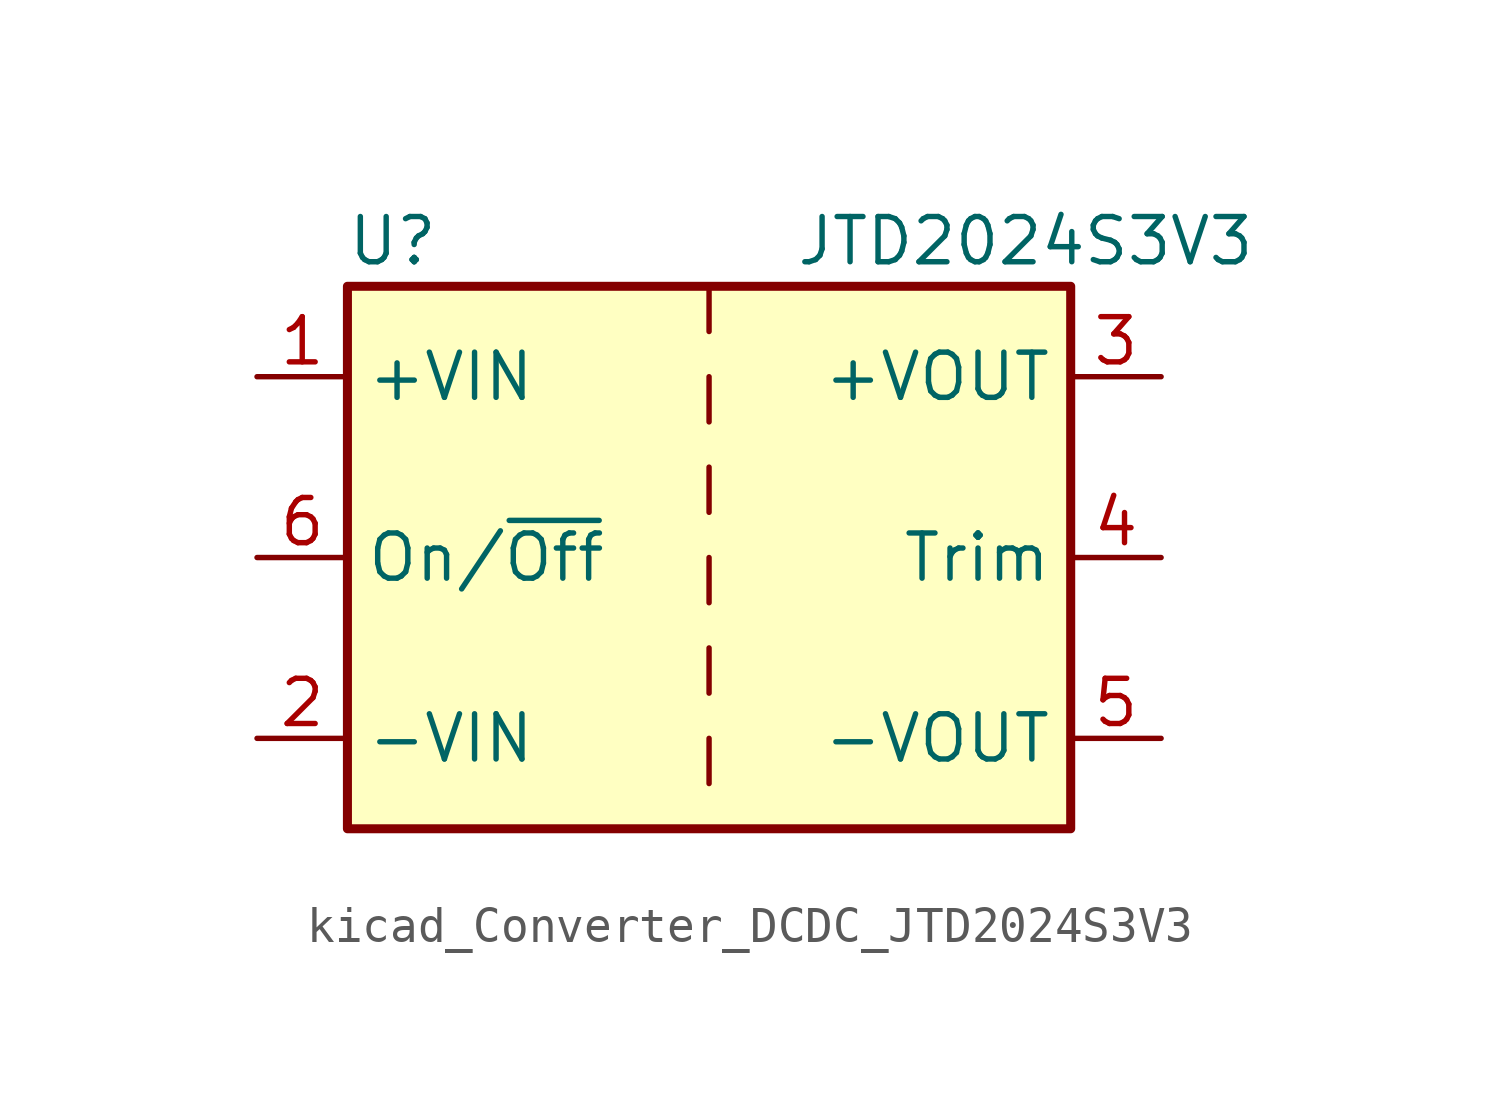
<source format=kicad_sym>
(kicad_symbol_lib
  (version 20220914)
  (generator kicad_symbol_editor)
  (symbol "kicad_Converter_DCDC_JTD2024S3V3"
    (property "Reference" "U"
      (at -8.89 8.89 0)
      (effects (font (size 1.27 1.27))))
    (property "Value" "JTD2024S3V3"
      (at 8.89 8.89 0)
      (effects (font (size 1.27 1.27))))
    (symbol "kicad_Converter_DCDC_JTD2024S3V3_0_1"
      (rectangle (start -10.16 7.62) (end 10.16 -7.62) (stroke (width 0.254) (type default)) (fill (type background)))
      (polyline (pts (xy 0 -5.08) (xy 0 -6.35)) (stroke (width 0) (type default)) (fill (type none)))
      (polyline (pts (xy 0 -2.54) (xy 0 -3.81)) (stroke (width 0) (type default)) (fill (type none)))
      (polyline (pts (xy 0 0) (xy 0 -1.27)) (stroke (width 0) (type default)) (fill (type none)))
      (polyline (pts (xy 0 2.54) (xy 0 1.27)) (stroke (width 0) (type default)) (fill (type none)))
      (polyline (pts (xy 0 5.08) (xy 0 3.81)) (stroke (width 0) (type default)) (fill (type none)))
      (polyline (pts (xy 0 7.62) (xy 0 6.35)) (stroke (width 0) (type default)) (fill (type none))))
    (symbol "kicad_Converter_DCDC_JTD2024S3V3_1_1"
      (pin power_in line (at -12.7 5.08 0) (length 2.54) (name "+VIN" (effects (font (size 1.27 1.27)))) (number "1" (effects (font (size 1.27 1.27)))))
      (pin power_in line (at -12.7 -5.08 0) (length 2.54) (name "-VIN" (effects (font (size 1.27 1.27)))) (number "2" (effects (font (size 1.27 1.27)))))
      (pin power_out line (at 12.7 5.08 180) (length 2.54) (name "+VOUT" (effects (font (size 1.27 1.27)))) (number "3" (effects (font (size 1.27 1.27)))))
      (pin input line (at 12.7 0 180) (length 2.54) (name "Trim" (effects (font (size 1.27 1.27)))) (number "4" (effects (font (size 1.27 1.27)))))
      (pin power_out line (at 12.7 -5.08 180) (length 2.54) (name "-VOUT" (effects (font (size 1.27 1.27)))) (number "5" (effects (font (size 1.27 1.27)))))
      (pin input line (at -12.7 0 0) (length 2.54) (name "On/~{Off}" (effects (font (size 1.27 1.27)))) (number "6" (effects (font (size 1.27 1.27))))))))
</source>
